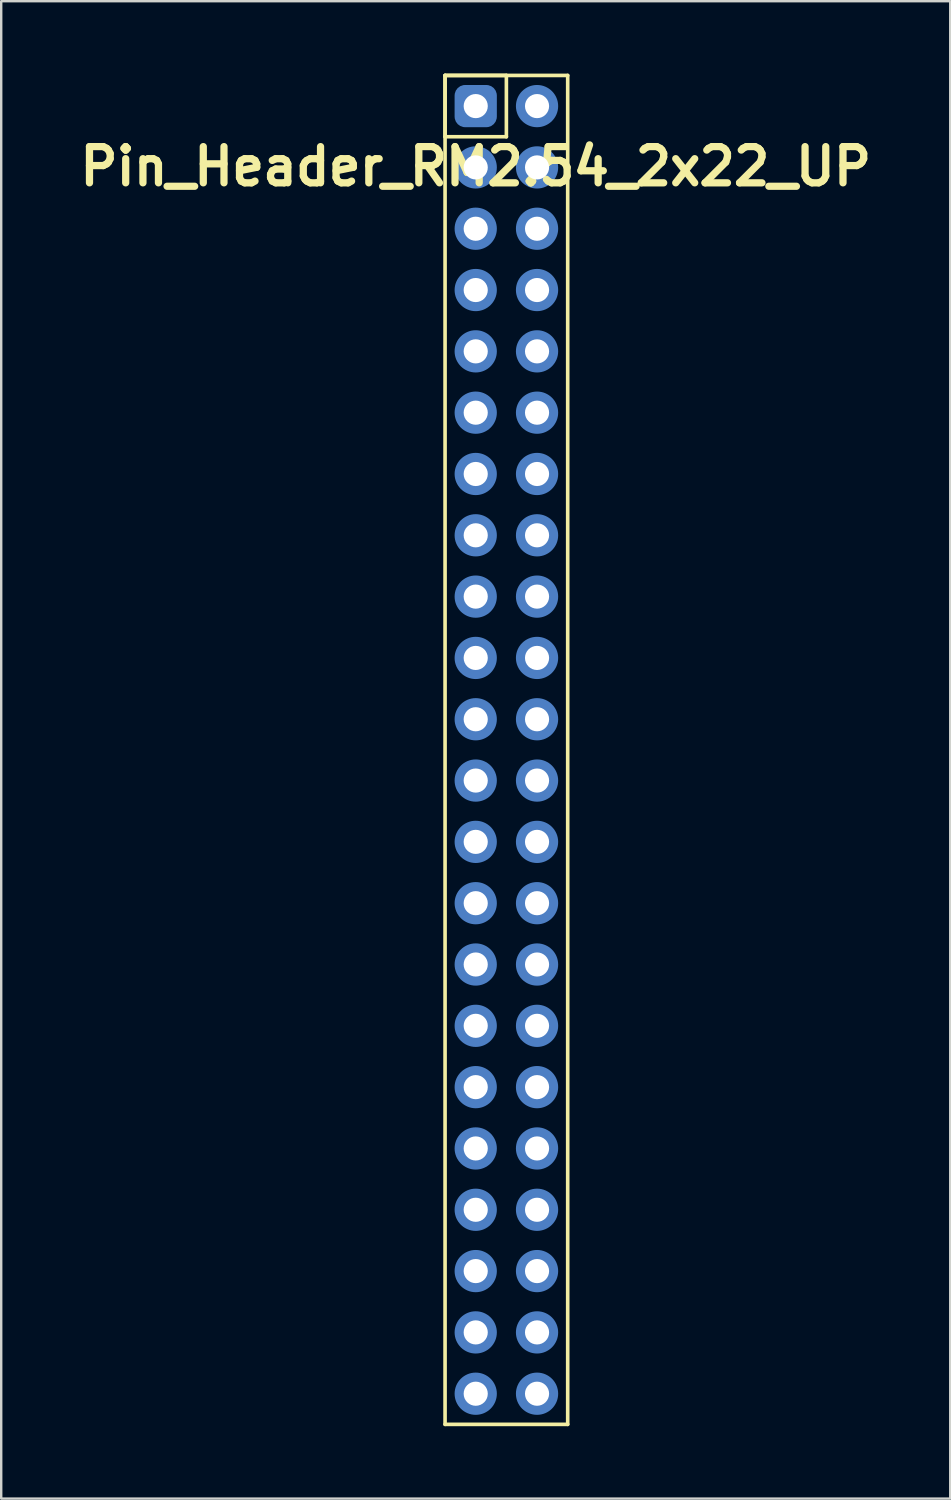
<source format=kicad_pcb>
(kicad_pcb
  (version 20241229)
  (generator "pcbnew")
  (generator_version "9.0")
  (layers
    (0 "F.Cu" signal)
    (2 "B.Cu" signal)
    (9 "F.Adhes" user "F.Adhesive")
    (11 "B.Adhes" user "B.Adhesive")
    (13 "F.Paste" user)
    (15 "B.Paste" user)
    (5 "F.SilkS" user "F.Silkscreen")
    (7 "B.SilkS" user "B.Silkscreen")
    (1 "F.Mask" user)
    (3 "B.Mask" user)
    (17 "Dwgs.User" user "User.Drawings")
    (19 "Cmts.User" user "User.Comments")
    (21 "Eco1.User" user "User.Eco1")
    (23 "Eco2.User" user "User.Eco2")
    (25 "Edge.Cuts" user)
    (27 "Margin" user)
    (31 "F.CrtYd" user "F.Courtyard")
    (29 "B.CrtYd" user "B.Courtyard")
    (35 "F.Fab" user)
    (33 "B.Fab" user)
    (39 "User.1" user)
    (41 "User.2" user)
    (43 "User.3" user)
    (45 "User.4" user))
  (footprint "Pin_Header_RM2.54_2x22_UP"
    (layer "F.Cu")
    (at 16.657 1.345)
    (property "Reference" "Pin_Header_RM2.54_2x22_UP" (at 0 2.5 0) (layer "F.SilkS") (effects (font (size 1.5 1.5) (thickness 0.3))))
    (attr through_hole)
    (fp_line (start -1.27 -1.27) (end 1.27 -1.27) (stroke (width 0.15) (type solid)) (layer "F.SilkS"))
    (fp_line (start -1.27 -1.27) (end 3.81 -1.27) (stroke (width 0.15) (type solid)) (layer "F.SilkS"))
    (fp_line (start -1.27 1.27) (end -1.27 -1.27) (stroke (width 0.15) (type solid)) (layer "F.SilkS"))
    (fp_line (start -1.27 54.61) (end -1.27 -1.27) (stroke (width 0.15) (type solid)) (layer "F.SilkS"))
    (fp_line (start 1.27 -1.27) (end 1.27 1.27) (stroke (width 0.15) (type solid)) (layer "F.SilkS"))
    (fp_line (start 1.27 1.27) (end -1.27 1.27) (stroke (width 0.15) (type solid)) (layer "F.SilkS"))
    (fp_line (start 3.81 -1.27) (end 3.81 54.61) (stroke (width 0.15) (type solid)) (layer "F.SilkS"))
    (fp_line (start 3.81 54.61) (end -1.27 54.61) (stroke (width 0.15) (type solid)) (layer "F.SilkS"))
    (pad "1" thru_hole circle (at 0 0) (size 1.3 1.3) (drill 1) (layers "*.Cu" "*.Mask"))
    (pad "1" smd roundrect (at 0 0) (size 1.5 1.5) (layers "F.Cu" "F.Mask") (roundrect_rratio 0.25))
    (pad "1" smd roundrect (at 0 0) (size 1.75 1.75) (layers "B.Cu" "B.Mask") (roundrect_rratio 0.25))
    (pad "2" thru_hole circle (at 2.54 0) (size 1.3 1.3) (drill 1) (layers "*.Cu" "*.Mask"))
    (pad "2" smd circle (at 2.54 0) (size 1.5 1.5) (layers "F.Cu" "F.Mask"))
    (pad "2" smd circle (at 2.54 0) (size 1.75 1.75) (layers "B.Cu" "B.Mask"))
    (pad "3" thru_hole circle (at 0 2.54) (size 1.3 1.3) (drill 1) (layers "*.Cu" "*.Mask"))
    (pad "3" smd circle (at 0 2.54) (size 1.5 1.5) (layers "F.Cu" "F.Mask"))
    (pad "3" smd circle (at 0 2.54) (size 1.75 1.75) (layers "B.Cu" "B.Mask"))
    (pad "4" thru_hole circle (at 2.54 2.54) (size 1.3 1.3) (drill 1) (layers "*.Cu" "*.Mask"))
    (pad "4" smd circle (at 2.54 2.54) (size 1.5 1.5) (layers "F.Cu" "F.Mask"))
    (pad "4" smd circle (at 2.54 2.54) (size 1.75 1.75) (layers "B.Cu" "B.Mask"))
    (pad "5" thru_hole circle (at 0 5.08) (size 1.3 1.3) (drill 1) (layers "*.Cu" "*.Mask"))
    (pad "5" smd circle (at 0 5.08) (size 1.5 1.5) (layers "F.Cu" "F.Mask"))
    (pad "5" smd circle (at 0 5.08) (size 1.75 1.75) (layers "B.Cu" "B.Mask"))
    (pad "6" thru_hole circle (at 2.54 5.08) (size 1.3 1.3) (drill 1) (layers "*.Cu" "*.Mask"))
    (pad "6" smd circle (at 2.54 5.08) (size 1.5 1.5) (layers "F.Cu" "F.Mask"))
    (pad "6" smd circle (at 2.54 5.08) (size 1.75 1.75) (layers "B.Cu" "B.Mask"))
    (pad "7" thru_hole circle (at 0 7.62) (size 1.3 1.3) (drill 1) (layers "*.Cu" "*.Mask"))
    (pad "7" smd circle (at 0 7.62) (size 1.5 1.5) (layers "F.Cu" "F.Mask"))
    (pad "7" smd circle (at 0 7.62) (size 1.75 1.75) (layers "B.Cu" "B.Mask"))
    (pad "8" thru_hole circle (at 2.54 7.62) (size 1.3 1.3) (drill 1) (layers "*.Cu" "*.Mask"))
    (pad "8" smd circle (at 2.54 7.62) (size 1.5 1.5) (layers "F.Cu" "F.Mask"))
    (pad "8" smd circle (at 2.54 7.62) (size 1.75 1.75) (layers "B.Cu" "B.Mask"))
    (pad "9" thru_hole circle (at 0 10.16) (size 1.3 1.3) (drill 1) (layers "*.Cu" "*.Mask"))
    (pad "9" smd circle (at 0 10.16) (size 1.5 1.5) (layers "F.Cu" "F.Mask"))
    (pad "9" smd circle (at 0 10.16) (size 1.75 1.75) (layers "B.Cu" "B.Mask"))
    (pad "10" thru_hole circle (at 2.54 10.16) (size 1.3 1.3) (drill 1) (layers "*.Cu" "*.Mask"))
    (pad "10" smd circle (at 2.54 10.16) (size 1.5 1.5) (layers "F.Cu" "F.Mask"))
    (pad "10" smd circle (at 2.54 10.16) (size 1.75 1.75) (layers "B.Cu" "B.Mask"))
    (pad "11" thru_hole circle (at 0 12.7) (size 1.3 1.3) (drill 1) (layers "*.Cu" "*.Mask"))
    (pad "11" smd circle (at 0 12.7) (size 1.5 1.5) (layers "F.Cu" "F.Mask"))
    (pad "11" smd circle (at 0 12.7) (size 1.75 1.75) (layers "B.Cu" "B.Mask"))
    (pad "12" thru_hole circle (at 2.54 12.7) (size 1.3 1.3) (drill 1) (layers "*.Cu" "*.Mask"))
    (pad "12" smd circle (at 2.54 12.7) (size 1.5 1.5) (layers "F.Cu" "F.Mask"))
    (pad "12" smd circle (at 2.54 12.7) (size 1.75 1.75) (layers "B.Cu" "B.Mask"))
    (pad "13" thru_hole circle (at 0 15.24) (size 1.3 1.3) (drill 1) (layers "*.Cu" "*.Mask"))
    (pad "13" smd circle (at 0 15.24) (size 1.5 1.5) (layers "F.Cu" "F.Mask"))
    (pad "13" smd circle (at 0 15.24) (size 1.75 1.75) (layers "B.Cu" "B.Mask"))
    (pad "14" thru_hole circle (at 2.54 15.24) (size 1.3 1.3) (drill 1) (layers "*.Cu" "*.Mask"))
    (pad "14" smd circle (at 2.54 15.24) (size 1.5 1.5) (layers "F.Cu" "F.Mask"))
    (pad "14" smd circle (at 2.54 15.24) (size 1.75 1.75) (layers "B.Cu" "B.Mask"))
    (pad "15" thru_hole circle (at 0 17.78) (size 1.3 1.3) (drill 1) (layers "*.Cu" "*.Mask"))
    (pad "15" smd circle (at 0 17.78) (size 1.5 1.5) (layers "F.Cu" "F.Mask"))
    (pad "15" smd circle (at 0 17.78) (size 1.75 1.75) (layers "B.Cu" "B.Mask"))
    (pad "16" thru_hole circle (at 2.54 17.78) (size 1.3 1.3) (drill 1) (layers "*.Cu" "*.Mask"))
    (pad "16" smd circle (at 2.54 17.78) (size 1.5 1.5) (layers "F.Cu" "F.Mask"))
    (pad "16" smd circle (at 2.54 17.78) (size 1.75 1.75) (layers "B.Cu" "B.Mask"))
    (pad "17" thru_hole circle (at 0 20.32) (size 1.3 1.3) (drill 1) (layers "*.Cu" "*.Mask"))
    (pad "17" smd circle (at 0 20.32) (size 1.5 1.5) (layers "F.Cu" "F.Mask"))
    (pad "17" smd circle (at 0 20.32) (size 1.75 1.75) (layers "B.Cu" "B.Mask"))
    (pad "18" thru_hole circle (at 2.54 20.32) (size 1.3 1.3) (drill 1) (layers "*.Cu" "*.Mask"))
    (pad "18" smd circle (at 2.54 20.32) (size 1.5 1.5) (layers "F.Cu" "F.Mask"))
    (pad "18" smd circle (at 2.54 20.32) (size 1.75 1.75) (layers "B.Cu" "B.Mask"))
    (pad "19" thru_hole circle (at 0 22.86) (size 1.3 1.3) (drill 1) (layers "*.Cu" "*.Mask"))
    (pad "19" smd circle (at 0 22.86) (size 1.5 1.5) (layers "F.Cu" "F.Mask"))
    (pad "19" smd circle (at 0 22.86) (size 1.75 1.75) (layers "B.Cu" "B.Mask"))
    (pad "20" thru_hole circle (at 2.54 22.86) (size 1.3 1.3) (drill 1) (layers "*.Cu" "*.Mask"))
    (pad "20" smd circle (at 2.54 22.86) (size 1.5 1.5) (layers "F.Cu" "F.Mask"))
    (pad "20" smd circle (at 2.54 22.86) (size 1.75 1.75) (layers "B.Cu" "B.Mask"))
    (pad "21" thru_hole circle (at 0 25.4) (size 1.3 1.3) (drill 1) (layers "*.Cu" "*.Mask"))
    (pad "21" smd circle (at 0 25.4) (size 1.5 1.5) (layers "F.Cu" "F.Mask"))
    (pad "21" smd circle (at 0 25.4) (size 1.75 1.75) (layers "B.Cu" "B.Mask"))
    (pad "22" thru_hole circle (at 2.54 25.4) (size 1.3 1.3) (drill 1) (layers "*.Cu" "*.Mask"))
    (pad "22" smd circle (at 2.54 25.4) (size 1.5 1.5) (layers "F.Cu" "F.Mask"))
    (pad "22" smd circle (at 2.54 25.4) (size 1.75 1.75) (layers "B.Cu" "B.Mask"))
    (pad "23" thru_hole circle (at 0 27.94) (size 1.3 1.3) (drill 1) (layers "*.Cu" "*.Mask"))
    (pad "23" smd circle (at 0 27.94) (size 1.5 1.5) (layers "F.Cu" "F.Mask"))
    (pad "23" smd circle (at 0 27.94) (size 1.75 1.75) (layers "B.Cu" "B.Mask"))
    (pad "24" thru_hole circle (at 2.54 27.94) (size 1.3 1.3) (drill 1) (layers "*.Cu" "*.Mask"))
    (pad "24" smd circle (at 2.54 27.94) (size 1.5 1.5) (layers "F.Cu" "F.Mask"))
    (pad "24" smd circle (at 2.54 27.94) (size 1.75 1.75) (layers "B.Cu" "B.Mask"))
    (pad "25" thru_hole circle (at 0 30.48) (size 1.3 1.3) (drill 1) (layers "*.Cu" "*.Mask"))
    (pad "25" smd circle (at 0 30.48) (size 1.5 1.5) (layers "F.Cu" "F.Mask"))
    (pad "25" smd circle (at 0 30.48) (size 1.75 1.75) (layers "B.Cu" "B.Mask"))
    (pad "26" thru_hole circle (at 2.54 30.48) (size 1.3 1.3) (drill 1) (layers "*.Cu" "*.Mask"))
    (pad "26" smd circle (at 2.54 30.48) (size 1.5 1.5) (layers "F.Cu" "F.Mask"))
    (pad "26" smd circle (at 2.54 30.48) (size 1.75 1.75) (layers "B.Cu" "B.Mask"))
    (pad "27" thru_hole circle (at 0 33.02) (size 1.3 1.3) (drill 1) (layers "*.Cu" "*.Mask"))
    (pad "27" smd circle (at 0 33.02) (size 1.5 1.5) (layers "F.Cu" "F.Mask"))
    (pad "27" smd circle (at 0 33.02) (size 1.75 1.75) (layers "B.Cu" "B.Mask"))
    (pad "28" thru_hole circle (at 2.54 33.02) (size 1.3 1.3) (drill 1) (layers "*.Cu" "*.Mask"))
    (pad "28" smd circle (at 2.54 33.02) (size 1.5 1.5) (layers "F.Cu" "F.Mask"))
    (pad "28" smd circle (at 2.54 33.02) (size 1.75 1.75) (layers "B.Cu" "B.Mask"))
    (pad "29" thru_hole circle (at 0 35.56) (size 1.3 1.3) (drill 1) (layers "*.Cu" "*.Mask"))
    (pad "29" smd circle (at 0 35.56) (size 1.5 1.5) (layers "F.Cu" "F.Mask"))
    (pad "29" smd circle (at 0 35.56) (size 1.75 1.75) (layers "B.Cu" "B.Mask"))
    (pad "30" thru_hole circle (at 2.54 35.56) (size 1.3 1.3) (drill 1) (layers "*.Cu" "*.Mask"))
    (pad "30" smd circle (at 2.54 35.56) (size 1.5 1.5) (layers "F.Cu" "F.Mask"))
    (pad "30" smd circle (at 2.54 35.56) (size 1.75 1.75) (layers "B.Cu" "B.Mask"))
    (pad "31" thru_hole circle (at 0 38.1) (size 1.3 1.3) (drill 1) (layers "*.Cu" "*.Mask"))
    (pad "31" smd circle (at 0 38.1) (size 1.5 1.5) (layers "F.Cu" "F.Mask"))
    (pad "31" smd circle (at 0 38.1) (size 1.75 1.75) (layers "B.Cu" "B.Mask"))
    (pad "32" thru_hole circle (at 2.54 38.1) (size 1.3 1.3) (drill 1) (layers "*.Cu" "*.Mask"))
    (pad "32" smd circle (at 2.54 38.1) (size 1.5 1.5) (layers "F.Cu" "F.Mask"))
    (pad "32" smd circle (at 2.54 38.1) (size 1.75 1.75) (layers "B.Cu" "B.Mask"))
    (pad "33" thru_hole circle (at 0 40.64) (size 1.3 1.3) (drill 1) (layers "*.Cu" "*.Mask"))
    (pad "33" smd circle (at 0 40.64) (size 1.5 1.5) (layers "F.Cu" "F.Mask"))
    (pad "33" smd circle (at 0 40.64) (size 1.75 1.75) (layers "B.Cu" "B.Mask"))
    (pad "34" thru_hole circle (at 2.54 40.64) (size 1.3 1.3) (drill 1) (layers "*.Cu" "*.Mask"))
    (pad "34" smd circle (at 2.54 40.64) (size 1.5 1.5) (layers "F.Cu" "F.Mask"))
    (pad "34" smd circle (at 2.54 40.64) (size 1.75 1.75) (layers "B.Cu" "B.Mask"))
    (pad "35" thru_hole circle (at 0 43.18) (size 1.3 1.3) (drill 1) (layers "*.Cu" "*.Mask"))
    (pad "35" smd circle (at 0 43.18) (size 1.5 1.5) (layers "F.Cu" "F.Mask"))
    (pad "35" smd circle (at 0 43.18) (size 1.75 1.75) (layers "B.Cu" "B.Mask"))
    (pad "36" thru_hole circle (at 2.54 43.18) (size 1.3 1.3) (drill 1) (layers "*.Cu" "*.Mask"))
    (pad "36" smd circle (at 2.54 43.18) (size 1.5 1.5) (layers "F.Cu" "F.Mask"))
    (pad "36" smd circle (at 2.54 43.18) (size 1.75 1.75) (layers "B.Cu" "B.Mask"))
    (pad "37" thru_hole circle (at 0 45.72) (size 1.3 1.3) (drill 1) (layers "*.Cu" "*.Mask"))
    (pad "37" smd circle (at 0 45.72) (size 1.5 1.5) (layers "F.Cu" "F.Mask"))
    (pad "37" smd circle (at 0 45.72) (size 1.75 1.75) (layers "B.Cu" "B.Mask"))
    (pad "38" thru_hole circle (at 2.54 45.72) (size 1.3 1.3) (drill 1) (layers "*.Cu" "*.Mask"))
    (pad "38" smd circle (at 2.54 45.72) (size 1.5 1.5) (layers "F.Cu" "F.Mask"))
    (pad "38" smd circle (at 2.54 45.72) (size 1.75 1.75) (layers "B.Cu" "B.Mask"))
    (pad "39" thru_hole circle (at 0 48.26) (size 1.3 1.3) (drill 1) (layers "*.Cu" "*.Mask"))
    (pad "39" smd circle (at 0 48.26) (size 1.5 1.5) (layers "F.Cu" "F.Mask"))
    (pad "39" smd circle (at 0 48.26) (size 1.75 1.75) (layers "B.Cu" "B.Mask"))
    (pad "40" thru_hole circle (at 2.54 48.26) (size 1.3 1.3) (drill 1) (layers "*.Cu" "*.Mask"))
    (pad "40" smd circle (at 2.54 48.26) (size 1.5 1.5) (layers "F.Cu" "F.Mask"))
    (pad "40" smd circle (at 2.54 48.26) (size 1.75 1.75) (layers "B.Cu" "B.Mask"))
    (pad "41" thru_hole circle (at 0 50.8) (size 1.3 1.3) (drill 1) (layers "*.Cu" "*.Mask"))
    (pad "41" smd circle (at 0 50.8) (size 1.5 1.5) (layers "F.Cu" "F.Mask"))
    (pad "41" smd circle (at 0 50.8) (size 1.75 1.75) (layers "B.Cu" "B.Mask"))
    (pad "42" thru_hole circle (at 2.54 50.8) (size 1.3 1.3) (drill 1) (layers "*.Cu" "*.Mask"))
    (pad "42" smd circle (at 2.54 50.8) (size 1.5 1.5) (layers "F.Cu" "F.Mask"))
    (pad "42" smd circle (at 2.54 50.8) (size 1.75 1.75) (layers "B.Cu" "B.Mask"))
    (pad "43" thru_hole circle (at 0 53.34) (size 1.3 1.3) (drill 1) (layers "*.Cu" "*.Mask"))
    (pad "43" smd circle (at 0 53.34) (size 1.5 1.5) (layers "F.Cu" "F.Mask"))
    (pad "43" smd circle (at 0 53.34) (size 1.75 1.75) (layers "B.Cu" "B.Mask"))
    (pad "44" thru_hole circle (at 2.54 53.34) (size 1.3 1.3) (drill 1) (layers "*.Cu" "*.Mask"))
    (pad "44" smd circle (at 2.54 53.34) (size 1.5 1.5) (layers "F.Cu" "F.Mask"))
    (pad "44" smd circle (at 2.54 53.34) (size 1.75 1.75) (layers "B.Cu" "B.Mask")))
  (gr_rect
    (start -3 -3)
    (end 36.314 59.03)
    (stroke (width 0.1) (type default))
    (fill no)
    (layer "Edge.Cuts")))
</source>
